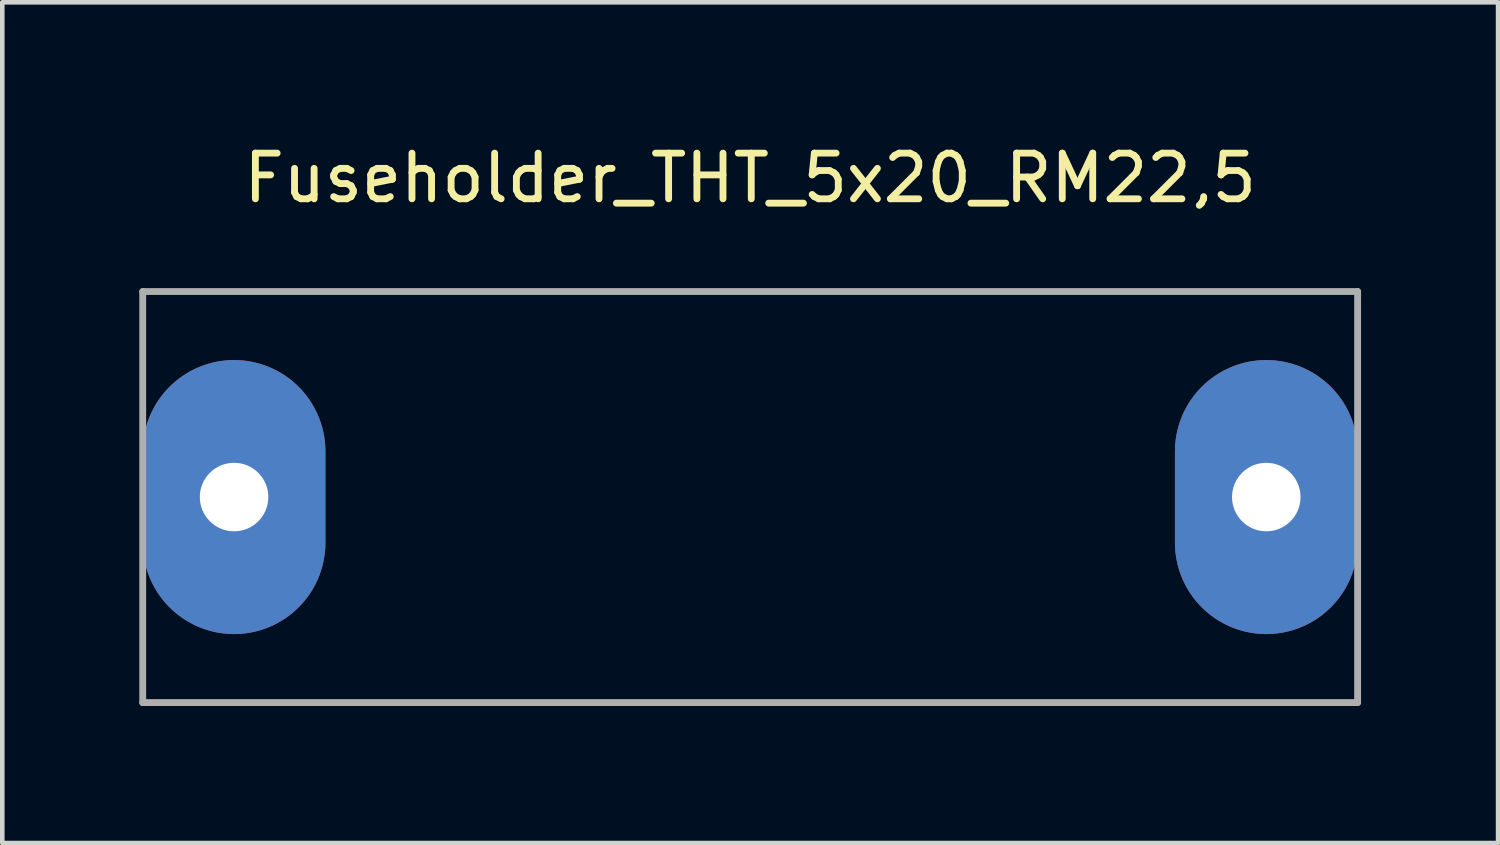
<source format=kicad_pcb>
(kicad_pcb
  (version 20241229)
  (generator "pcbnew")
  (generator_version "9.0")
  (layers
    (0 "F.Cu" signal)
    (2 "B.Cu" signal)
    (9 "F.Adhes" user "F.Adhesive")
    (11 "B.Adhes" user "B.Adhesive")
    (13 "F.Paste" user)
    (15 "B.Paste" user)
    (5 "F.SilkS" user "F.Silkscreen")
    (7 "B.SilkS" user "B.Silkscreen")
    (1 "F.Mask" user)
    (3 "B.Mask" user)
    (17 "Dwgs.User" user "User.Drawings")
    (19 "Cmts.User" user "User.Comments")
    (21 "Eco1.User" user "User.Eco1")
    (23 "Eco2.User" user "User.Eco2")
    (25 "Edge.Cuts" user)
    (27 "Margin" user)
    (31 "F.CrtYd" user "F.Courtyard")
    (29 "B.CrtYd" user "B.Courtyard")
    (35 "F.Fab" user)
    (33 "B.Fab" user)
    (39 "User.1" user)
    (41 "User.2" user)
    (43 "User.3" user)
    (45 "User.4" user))
  (footprint "Fuseholder_THT_5x20_RM22,5"
    (layer "F.Cu")
    (at 13.375 7.833)
    (property "Reference" "Fuseholder_THT_5x20_RM22,5" (at 0 -6.985 0) (layer "F.SilkS") (effects (font (size 1 1) (thickness 0.15))))
    (attr through_hole)
    (fp_line (start -13.3 -4.5) (end 13.3 -4.5) (stroke (width 0.15) (type solid)) (layer "F.Fab"))
    (fp_line (start -13.3 4.5) (end -13.3 -4.5) (stroke (width 0.15) (type solid)) (layer "F.Fab"))
    (fp_line (start -13.3 4.5) (end 13.3 4.5) (stroke (width 0.15) (type solid)) (layer "F.Fab"))
    (fp_line (start 13.3 -4.5) (end 13.3 4.5) (stroke (width 0.15) (type solid)) (layer "F.Fab"))
    (pad "1" thru_hole oval (at -11.3 0) (size 4 6) (drill 1.5) (layers "*.Cu" "*.Mask"))
    (pad "2" thru_hole oval (at 11.3 0) (size 4 6) (drill 1.5) (layers "*.Cu" "*.Mask")))
  (gr_rect
    (start -3 -3)
    (end 29.75 15.408)
    (stroke (width 0.1) (type default))
    (fill no)
    (layer "Edge.Cuts")))
</source>
